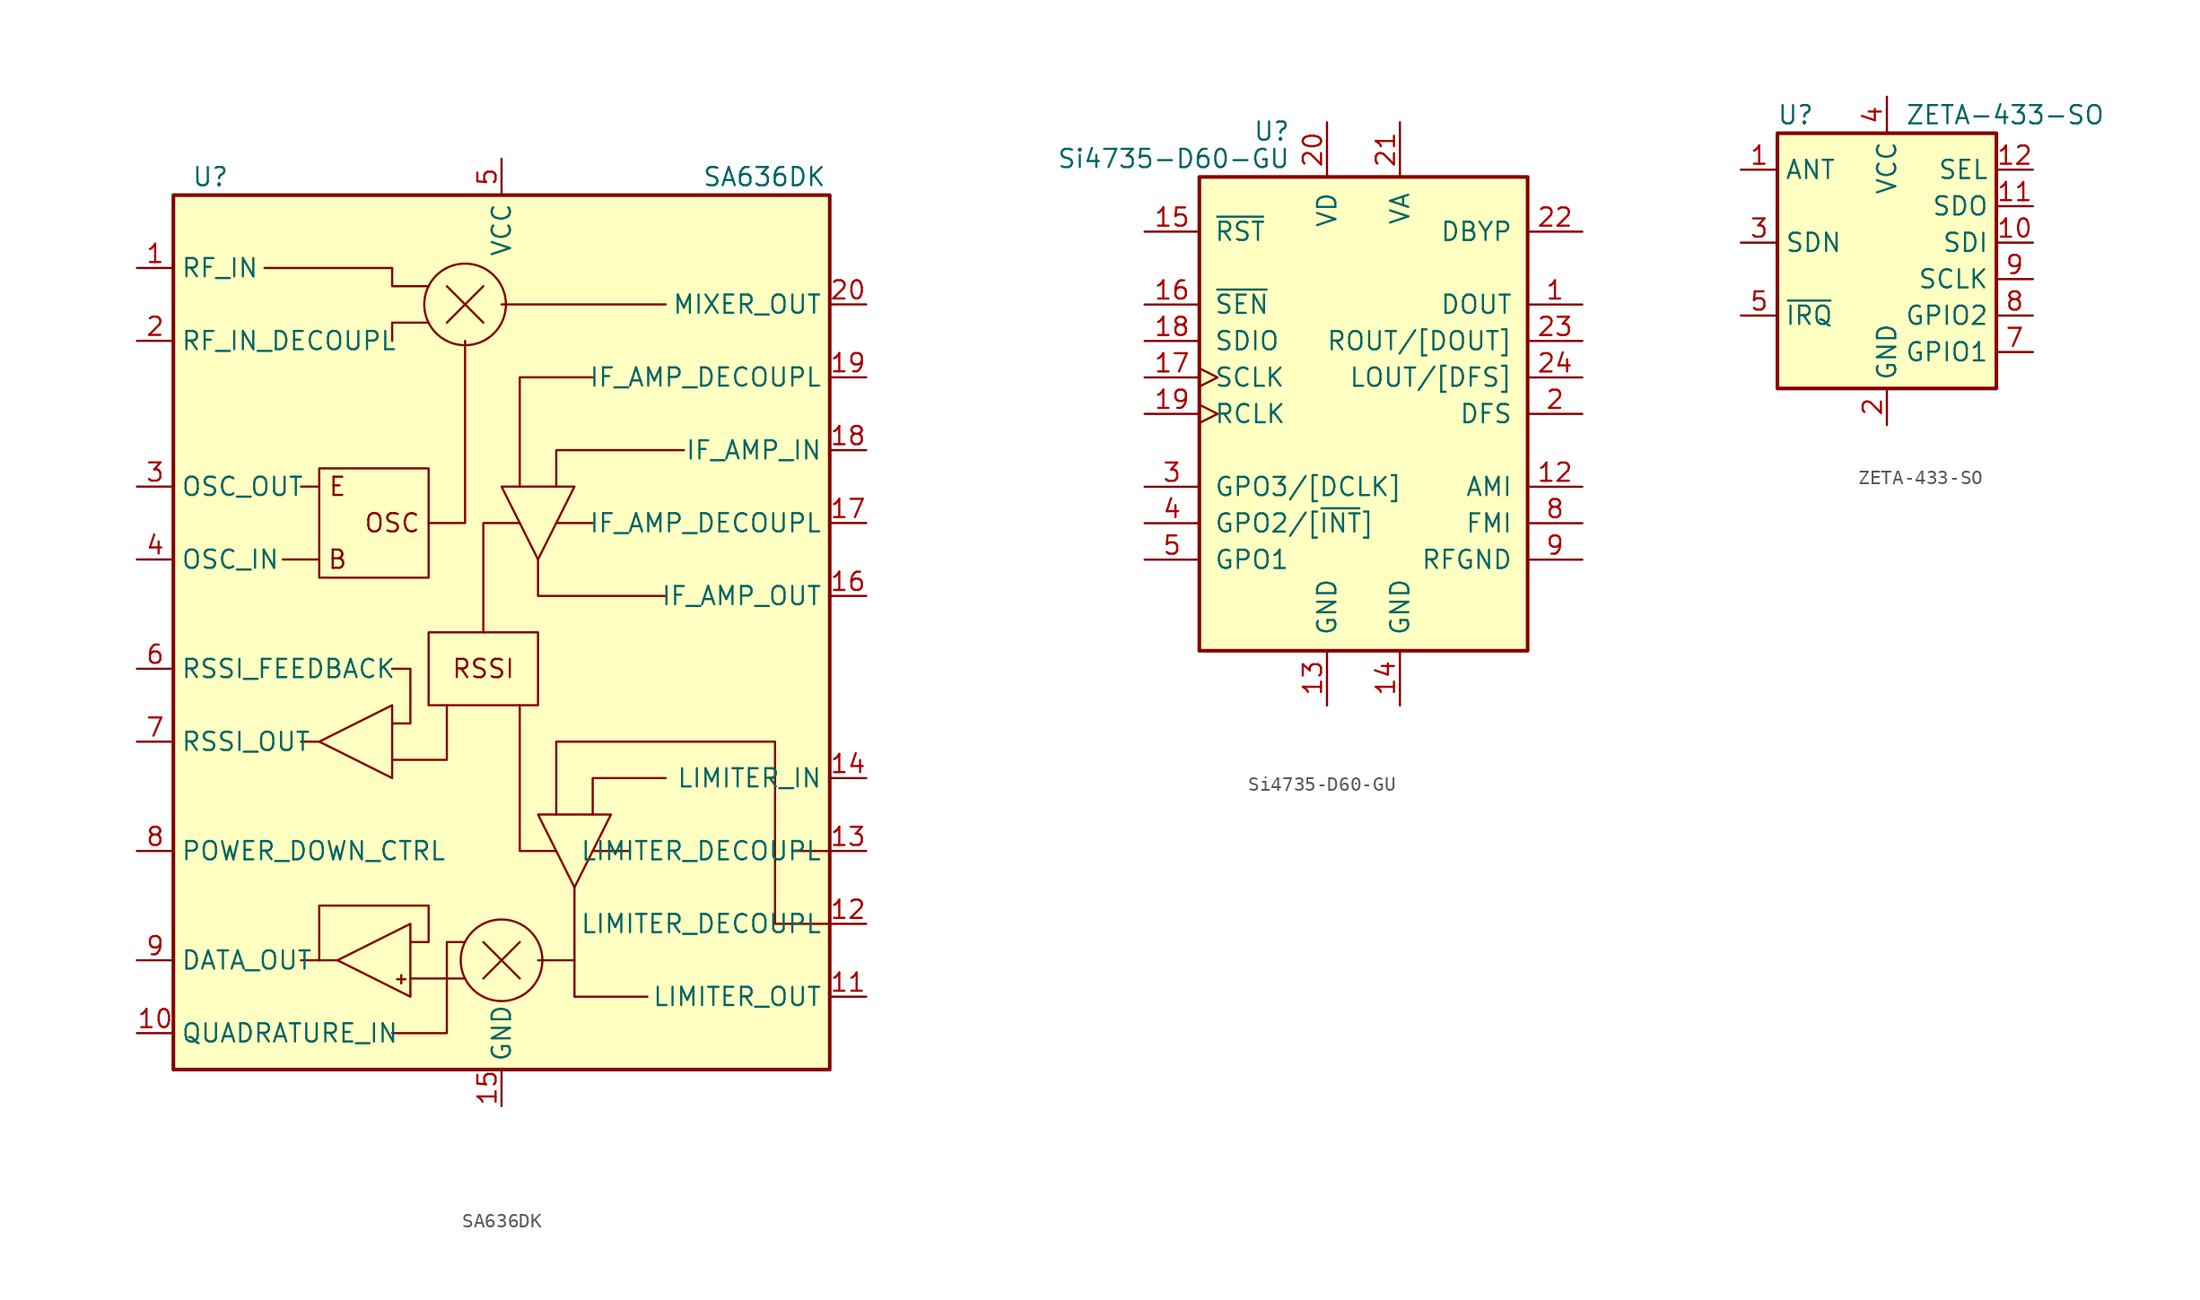
<source format=kicad_sym>
(kicad_symbol_lib
  (version 20231120)
  (generator "kicad_symbol_editor")
  (generator_version "8.0")
  (symbol "SA636DK"
    (property "Reference" "U"
      (at -21.59 31.75 0)
      (effects (font (size 1.27 1.27)) (justify left)))
    (property "Value" "SA636DK"
      (at 13.97 31.75 0)
      (effects (font (size 1.27 1.27)) (justify left)))
    (symbol "SA636DK_0_0"
      (rectangle (start -12.7 11.43) (end -5.08 3.81) (stroke (width 0) (type default)) (fill (type none)))
      (rectangle (start -5.08 0) (end 2.54 -5.08) (stroke (width 0) (type default)) (fill (type none)))
      (polyline (pts (xy -15.24 5.08) (xy -12.7 5.08)) (stroke (width 0) (type default)) (fill (type none)))
      (polyline (pts (xy -13.97 -22.86) (xy -12.7 -22.86)) (stroke (width 0) (type default)) (fill (type none)))
      (polyline (pts (xy -13.97 -7.62) (xy -12.7 -7.62)) (stroke (width 0) (type default)) (fill (type none)))
      (polyline (pts (xy -13.97 10.16) (xy -12.7 10.16)) (stroke (width 0) (type default)) (fill (type none)))
      (polyline (pts (xy -11.43 -22.86) (xy -12.7 -22.86)) (stroke (width 0) (type default)) (fill (type none)))
      (polyline (pts (xy -6.35 -24.13) (xy -2.54 -24.13)) (stroke (width 0) (type default)) (fill (type none)))
      (polyline (pts (xy -7.62 -8.89) (xy -3.81 -8.89) (xy -3.81 -5.08)) (stroke (width 0) (type default)) (fill (type none)))
      (polyline (pts (xy -1.27 0) (xy -1.27 7.62) (xy 1.27 7.62)) (stroke (width 0) (type default)) (fill (type none)))
      (polyline (pts (xy 2.54 5.08) (xy 2.54 2.54) (xy 11.43 2.54)) (stroke (width 0) (type default)) (fill (type none)))
      (polyline (pts (xy 5.08 -17.78) (xy 5.08 -25.4) (xy 10.16 -25.4)) (stroke (width 0) (type default)) (fill (type none)))
      (polyline (pts (xy 0 10.16) (xy 5.08 10.16) (xy 2.54 5.08) (xy 0 10.16)) (stroke (width 0) (type default)) (fill (type none)))
      (polyline (pts (xy 2.54 -12.7) (xy 7.62 -12.7) (xy 5.08 -17.78) (xy 2.54 -12.7)) (stroke (width 0) (type default)) (fill (type none)))
      (polyline (pts (xy 22.86 -20.32) (xy 19.05 -20.32) (xy 19.05 -7.62) (xy 3.81 -7.62) (xy 3.81 -12.7)) (stroke (width 0) (type default)) (fill (type none)))
      (text "+" (at -6.985 -24.13 0) (effects (font (size 0.762 0.762))))
      (text "B" (at -11.43 5.08 0) (effects (font (size 1.27 1.27))))
      (text "E" (at -11.43 10.16 0) (effects (font (size 1.27 1.27))))
      (text "OSC" (at -7.62 7.62 0) (effects (font (size 1.27 1.27))))
      (text "RSSI" (at -1.27 -2.54 0) (effects (font (size 1.27 1.27)))))
    (symbol "SA636DK_0_1"
      (rectangle (start -22.86 30.48) (end 22.86 -30.48) (stroke (width 0.254) (type default)) (fill (type background)))
      (circle (center -2.54 22.86) (radius 2.845) (stroke (width 0) (type default)) (fill (type none)))
      (circle (center 0 -22.86) (radius 2.845) (stroke (width 0) (type default)) (fill (type none)))
      (polyline (pts (xy -3.81 21.59) (xy -1.27 24.13)) (stroke (width 0) (type default)) (fill (type none)))
      (polyline (pts (xy -3.81 24.13) (xy -1.27 21.59)) (stroke (width 0) (type default)) (fill (type none)))
      (polyline (pts (xy -1.27 -24.13) (xy 1.27 -21.59)) (stroke (width 0) (type default)) (fill (type none)))
      (polyline (pts (xy -1.27 -21.59) (xy 1.27 -24.13)) (stroke (width 0) (type default)) (fill (type none)))
      (polyline (pts (xy 2.54 -22.86) (xy 5.08 -22.86)) (stroke (width 0) (type default)) (fill (type none)))
      (polyline (pts (xy 6.35 -15.24) (xy 8.89 -15.24)) (stroke (width 0) (type default)) (fill (type none)))
      (polyline (pts (xy 6.35 7.62) (xy 3.81 7.62)) (stroke (width 0) (type default)) (fill (type none)))
      (polyline (pts (xy 11.43 22.86) (xy 0 22.86)) (stroke (width 0) (type default)) (fill (type none)))
      (polyline (pts (xy 22.86 -15.24) (xy 20.32 -15.24)) (stroke (width 0) (type default)) (fill (type none)))
      (polyline (pts (xy -7.62 20.32) (xy -7.62 21.59) (xy -5.08 21.59)) (stroke (width 0) (type default)) (fill (type none)))
      (polyline (pts (xy -2.54 20.32) (xy -2.54 7.62) (xy -5.08 7.62)) (stroke (width 0) (type default)) (fill (type none)))
      (polyline (pts (xy 1.27 -5.08) (xy 1.27 -15.24) (xy 3.81 -15.24)) (stroke (width 0) (type default)) (fill (type none)))
      (polyline (pts (xy 6.35 17.78) (xy 1.27 17.78) (xy 1.27 10.16)) (stroke (width 0) (type default)) (fill (type none)))
      (polyline (pts (xy 11.43 -10.16) (xy 6.35 -10.16) (xy 6.35 -12.7)) (stroke (width 0) (type default)) (fill (type none)))
      (polyline (pts (xy 12.7 12.7) (xy 3.81 12.7) (xy 3.81 10.16)) (stroke (width 0) (type default)) (fill (type none)))
      (polyline (pts (xy -16.51 25.4) (xy -7.62 25.4) (xy -7.62 24.13) (xy -5.08 24.13)) (stroke (width 0) (type default)) (fill (type none)))
      (polyline (pts (xy -7.62 -27.94) (xy -3.81 -27.94) (xy -3.81 -21.59) (xy -2.54 -21.59)) (stroke (width 0) (type default)) (fill (type none)))
      (polyline (pts (xy -7.62 -2.54) (xy -6.35 -2.54) (xy -6.35 -6.35) (xy -7.62 -6.35)) (stroke (width 0) (type default)) (fill (type none)))
      (polyline (pts (xy -6.35 -21.59) (xy -5.08 -21.59) (xy -5.08 -19.05) (xy -11.43 -19.05) (xy -12.7 -19.05) (xy -12.7 -22.86)) (stroke (width 0) (type default)) (fill (type none))))
    (symbol "SA636DK_1_0"
      (polyline (pts (xy -7.62 -5.08) (xy -7.62 -10.16) (xy -12.7 -7.62) (xy -7.62 -5.08)) (stroke (width 0) (type default)) (fill (type none)))
      (polyline (pts (xy -6.35 -20.32) (xy -6.35 -25.4) (xy -11.43 -22.86) (xy -6.35 -20.32)) (stroke (width 0) (type default)) (fill (type none))))
    (symbol "SA636DK_1_1"
      (pin input line (at -25.4 25.4 0) (length 2.54) (name "RF_IN" (effects (font (size 1.27 1.27)))) (number "1" (effects (font (size 1.27 1.27)))))
      (pin input line (at -25.4 -27.94 0) (length 2.54) (name "QUADRATURE_IN" (effects (font (size 1.27 1.27)))) (number "10" (effects (font (size 1.27 1.27)))))
      (pin output line (at 25.4 -25.4 180) (length 2.54) (name "LIMITER_OUT" (effects (font (size 1.27 1.27)))) (number "11" (effects (font (size 1.27 1.27)))))
      (pin passive line (at 25.4 -20.32 180) (length 2.54) (name "LIMITER_DECOUPL" (effects (font (size 1.27 1.27)))) (number "12" (effects (font (size 1.27 1.27)))))
      (pin passive line (at 25.4 -15.24 180) (length 2.54) (name "LIMITER_DECOUPL" (effects (font (size 1.27 1.27)))) (number "13" (effects (font (size 1.27 1.27)))))
      (pin input line (at 25.4 -10.16 180) (length 2.54) (name "LIMITER_IN" (effects (font (size 1.27 1.27)))) (number "14" (effects (font (size 1.27 1.27)))))
      (pin power_in line (at 0 -33.02 90) (length 2.54) (name "GND" (effects (font (size 1.27 1.27)))) (number "15" (effects (font (size 1.27 1.27)))))
      (pin output line (at 25.4 2.54 180) (length 2.54) (name "IF_AMP_OUT" (effects (font (size 1.27 1.27)))) (number "16" (effects (font (size 1.27 1.27)))))
      (pin passive line (at 25.4 7.62 180) (length 2.54) (name "IF_AMP_DECOUPL" (effects (font (size 1.27 1.27)))) (number "17" (effects (font (size 1.27 1.27)))))
      (pin input line (at 25.4 12.7 180) (length 2.54) (name "IF_AMP_IN" (effects (font (size 1.27 1.27)))) (number "18" (effects (font (size 1.27 1.27)))))
      (pin passive line (at 25.4 17.78 180) (length 2.54) (name "IF_AMP_DECOUPL" (effects (font (size 1.27 1.27)))) (number "19" (effects (font (size 1.27 1.27)))))
      (pin passive line (at -25.4 20.32 0) (length 2.54) (name "RF_IN_DECOUPL" (effects (font (size 1.27 1.27)))) (number "2" (effects (font (size 1.27 1.27)))))
      (pin output line (at 25.4 22.86 180) (length 2.54) (name "MIXER_OUT" (effects (font (size 1.27 1.27)))) (number "20" (effects (font (size 1.27 1.27)))))
      (pin output line (at -25.4 10.16 0) (length 2.54) (name "OSC_OUT" (effects (font (size 1.27 1.27)))) (number "3" (effects (font (size 1.27 1.27)))))
      (pin input line (at -25.4 5.08 0) (length 2.54) (name "OSC_IN" (effects (font (size 1.27 1.27)))) (number "4" (effects (font (size 1.27 1.27)))))
      (pin power_in line (at 0 33.02 270) (length 2.54) (name "VCC" (effects (font (size 1.27 1.27)))) (number "5" (effects (font (size 1.27 1.27)))))
      (pin input line (at -25.4 -2.54 0) (length 2.54) (name "RSSI_FEEDBACK" (effects (font (size 1.27 1.27)))) (number "6" (effects (font (size 1.27 1.27)))))
      (pin output line (at -25.4 -7.62 0) (length 2.54) (name "RSSI_OUT" (effects (font (size 1.27 1.27)))) (number "7" (effects (font (size 1.27 1.27)))))
      (pin input line (at -25.4 -15.24 0) (length 2.54) (name "POWER_DOWN_CTRL" (effects (font (size 1.27 1.27)))) (number "8" (effects (font (size 1.27 1.27)))))
      (pin output line (at -25.4 -22.86 0) (length 2.54) (name "DATA_OUT" (effects (font (size 1.27 1.27)))) (number "9" (effects (font (size 1.27 1.27)))))))
  (symbol "Si4735-D60-GU"
    (pin_names
      (offset 1.016))
    (property "Reference" "U"
      (at -5.08 19.685 0)
      (effects (font (size 1.27 1.27)) (justify right)))
    (property "Value" "Si4735-D60-GU"
      (at -5.08 17.78 0)
      (effects (font (size 1.27 1.27)) (justify right)))
    (symbol "Si4735-D60-GU_0_1"
      (rectangle (start 11.43 16.51) (end -11.43 -16.51) (stroke (width 0.254) (type default)) (fill (type background))))
    (symbol "Si4735-D60-GU_1_1"
      (pin output line (at 15.24 7.62 180) (length 3.81) (name "DOUT" (effects (font (size 1.27 1.27)))) (number "1" (effects (font (size 1.27 1.27)))))
      (pin no_connect line (at -5.08 -16.51 90) (length 3.81) hide (name "NC" (effects (font (size 1.27 1.27)))) (number "10" (effects (font (size 1.27 1.27)))))
      (pin no_connect line (at 5.08 -16.51 90) (length 3.81) hide (name "NC" (effects (font (size 1.27 1.27)))) (number "11" (effects (font (size 1.27 1.27)))))
      (pin input line (at 15.24 -5.08 180) (length 3.81) (name "AMI" (effects (font (size 1.27 1.27)))) (number "12" (effects (font (size 1.27 1.27)))))
      (pin power_in line (at -2.54 -20.32 90) (length 3.81) (name "GND" (effects (font (size 1.27 1.27)))) (number "13" (effects (font (size 1.27 1.27)))))
      (pin power_in line (at 2.54 -20.32 90) (length 3.81) (name "GND" (effects (font (size 1.27 1.27)))) (number "14" (effects (font (size 1.27 1.27)))))
      (pin input line (at -15.24 12.7 0) (length 3.81) (name "~{RST}" (effects (font (size 1.27 1.27)))) (number "15" (effects (font (size 1.27 1.27)))))
      (pin input line (at -15.24 7.62 0) (length 3.81) (name "~{SEN}" (effects (font (size 1.27 1.27)))) (number "16" (effects (font (size 1.27 1.27)))))
      (pin input clock (at -15.24 2.54 0) (length 3.81) (name "SCLK" (effects (font (size 1.27 1.27)))) (number "17" (effects (font (size 1.27 1.27)))))
      (pin bidirectional line (at -15.24 5.08 0) (length 3.81) (name "SDIO" (effects (font (size 1.27 1.27)))) (number "18" (effects (font (size 1.27 1.27)))))
      (pin input clock (at -15.24 0 0) (length 3.81) (name "RCLK" (effects (font (size 1.27 1.27)))) (number "19" (effects (font (size 1.27 1.27)))))
      (pin input line (at 15.24 0 180) (length 3.81) (name "DFS" (effects (font (size 1.27 1.27)))) (number "2" (effects (font (size 1.27 1.27)))))
      (pin power_in line (at -2.54 20.32 270) (length 3.81) (name "VD" (effects (font (size 1.27 1.27)))) (number "20" (effects (font (size 1.27 1.27)))))
      (pin power_in line (at 2.54 20.32 270) (length 3.81) (name "VA" (effects (font (size 1.27 1.27)))) (number "21" (effects (font (size 1.27 1.27)))))
      (pin passive line (at 15.24 12.7 180) (length 3.81) (name "DBYP" (effects (font (size 1.27 1.27)))) (number "22" (effects (font (size 1.27 1.27)))))
      (pin output line (at 15.24 5.08 180) (length 3.81) (name "ROUT/[DOUT]" (effects (font (size 1.27 1.27)))) (number "23" (effects (font (size 1.27 1.27)))))
      (pin bidirectional line (at 15.24 2.54 180) (length 3.81) (name "LOUT/[DFS]" (effects (font (size 1.27 1.27)))) (number "24" (effects (font (size 1.27 1.27)))))
      (pin bidirectional line (at -15.24 -5.08 0) (length 3.81) (name "GPO3/[DCLK]" (effects (font (size 1.27 1.27)))) (number "3" (effects (font (size 1.27 1.27)))))
      (pin output line (at -15.24 -7.62 0) (length 3.81) (name "GPO2/[~{INT}]" (effects (font (size 1.27 1.27)))) (number "4" (effects (font (size 1.27 1.27)))))
      (pin output line (at -15.24 -10.16 0) (length 3.81) (name "GPO1" (effects (font (size 1.27 1.27)))) (number "5" (effects (font (size 1.27 1.27)))))
      (pin no_connect line (at -11.43 -12.7 0) (length 3.81) hide (name "NC" (effects (font (size 1.27 1.27)))) (number "6" (effects (font (size 1.27 1.27)))))
      (pin no_connect line (at 11.43 -12.7 180) (length 3.81) hide (name "NC" (effects (font (size 1.27 1.27)))) (number "7" (effects (font (size 1.27 1.27)))))
      (pin input line (at 15.24 -7.62 180) (length 3.81) (name "FMI" (effects (font (size 1.27 1.27)))) (number "8" (effects (font (size 1.27 1.27)))))
      (pin power_in line (at 15.24 -10.16 180) (length 3.81) (name "RFGND" (effects (font (size 1.27 1.27)))) (number "9" (effects (font (size 1.27 1.27)))))))
  (symbol "ZETA-433-SO"
    (property "Reference" "U"
      (at -6.35 8.89 0)
      (effects (font (size 1.27 1.27))))
    (property "Value" "ZETA-433-SO"
      (at 1.27 8.89 0)
      (effects (font (size 1.27 1.27)) (justify left)))
    (symbol "ZETA-433-SO_0_1"
      (rectangle (start 7.62 -10.16) (end -7.62 7.62) (stroke (width 0.254) (type default)) (fill (type background))))
    (symbol "ZETA-433-SO_1_1"
      (pin bidirectional line (at -10.16 5.08 0) (length 2.54) (name "ANT" (effects (font (size 1.27 1.27)))) (number "1" (effects (font (size 1.27 1.27)))))
      (pin input line (at 10.16 0 180) (length 2.54) (name "SDI" (effects (font (size 1.27 1.27)))) (number "10" (effects (font (size 1.27 1.27)))))
      (pin output line (at 10.16 2.54 180) (length 2.54) (name "SDO" (effects (font (size 1.27 1.27)))) (number "11" (effects (font (size 1.27 1.27)))))
      (pin input line (at 10.16 5.08 180) (length 2.54) (name "SEL" (effects (font (size 1.27 1.27)))) (number "12" (effects (font (size 1.27 1.27)))))
      (pin power_in line (at 0 -12.7 90) (length 2.54) (name "GND" (effects (font (size 1.27 1.27)))) (number "2" (effects (font (size 1.27 1.27)))))
      (pin input line (at -10.16 0 0) (length 2.54) (name "SDN" (effects (font (size 1.27 1.27)))) (number "3" (effects (font (size 1.27 1.27)))))
      (pin power_in line (at 0 10.16 270) (length 2.54) (name "VCC" (effects (font (size 1.27 1.27)))) (number "4" (effects (font (size 1.27 1.27)))))
      (pin output line (at -10.16 -5.08 0) (length 2.54) (name "~{IRQ}" (effects (font (size 1.27 1.27)))) (number "5" (effects (font (size 1.27 1.27)))))
      (pin no_connect line (at -7.62 -7.62 0) (length 2.54) hide (name "NC" (effects (font (size 1.27 1.27)))) (number "6" (effects (font (size 1.27 1.27)))))
      (pin bidirectional line (at 10.16 -7.62 180) (length 2.54) (name "GPIO1" (effects (font (size 1.27 1.27)))) (number "7" (effects (font (size 1.27 1.27)))))
      (pin bidirectional line (at 10.16 -5.08 180) (length 2.54) (name "GPIO2" (effects (font (size 1.27 1.27)))) (number "8" (effects (font (size 1.27 1.27)))))
      (pin input line (at 10.16 -2.54 180) (length 2.54) (name "SCLK" (effects (font (size 1.27 1.27)))) (number "9" (effects (font (size 1.27 1.27))))))))
</source>
